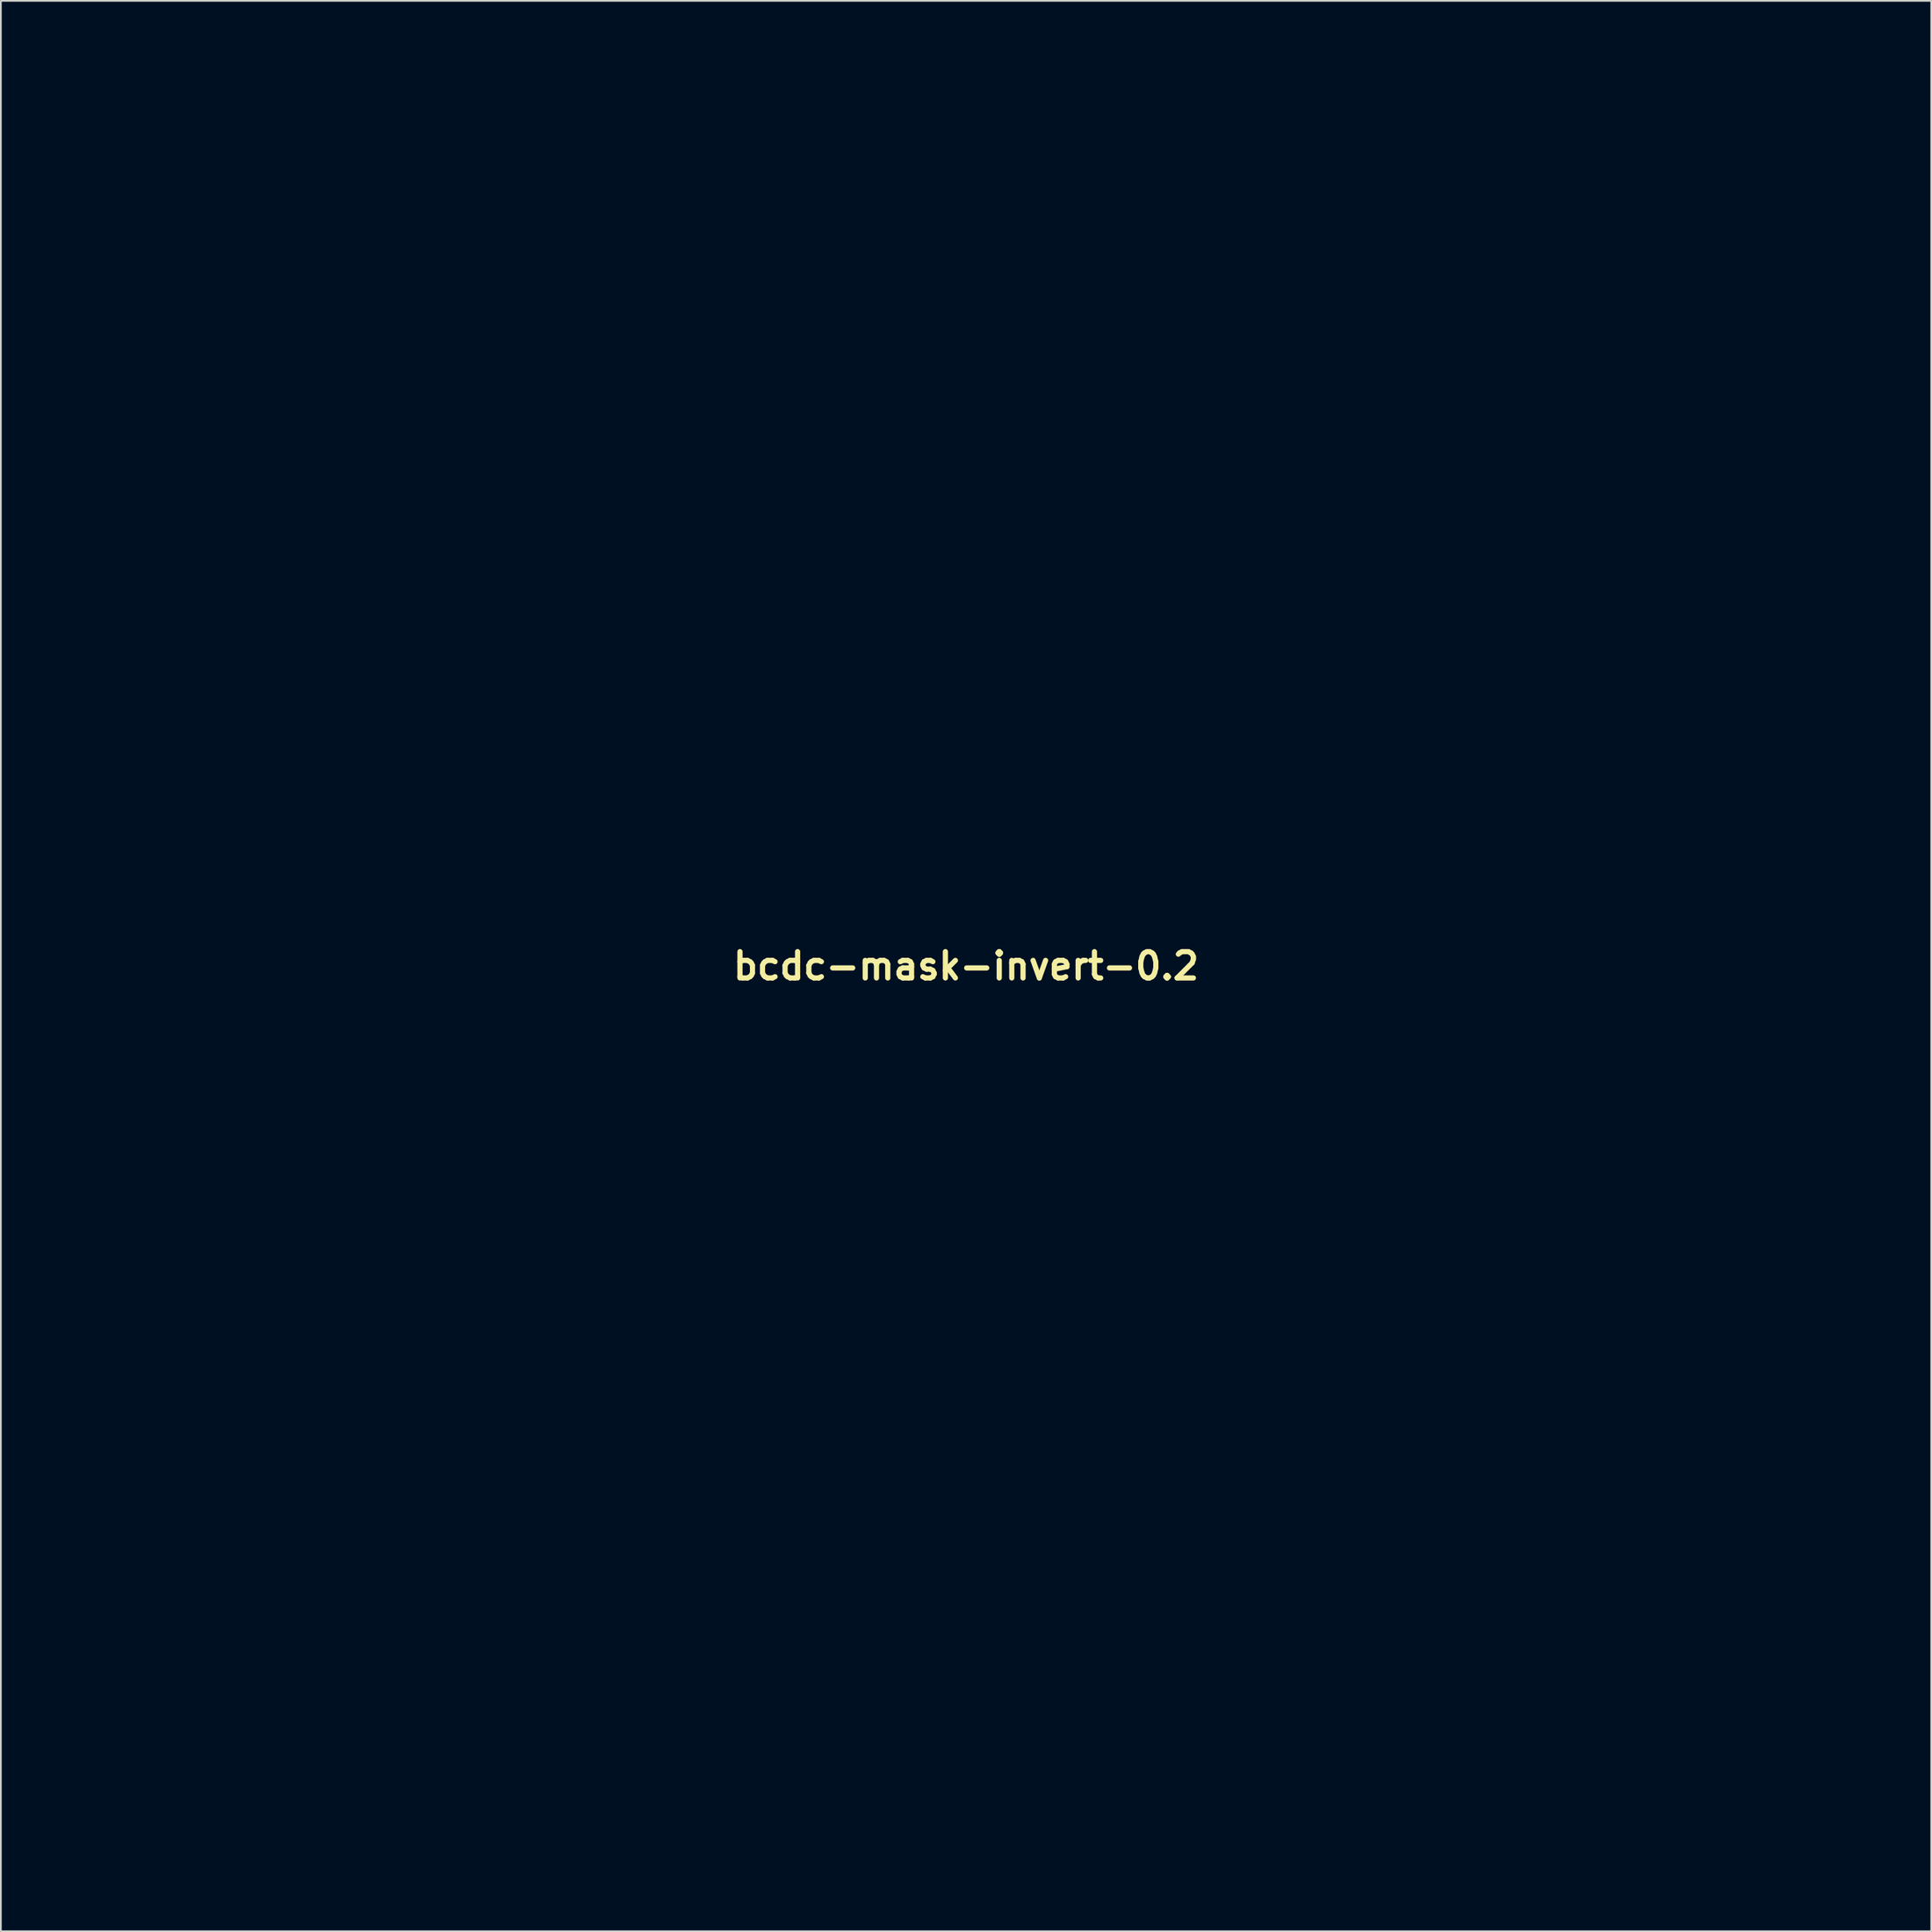
<source format=kicad_pcb>
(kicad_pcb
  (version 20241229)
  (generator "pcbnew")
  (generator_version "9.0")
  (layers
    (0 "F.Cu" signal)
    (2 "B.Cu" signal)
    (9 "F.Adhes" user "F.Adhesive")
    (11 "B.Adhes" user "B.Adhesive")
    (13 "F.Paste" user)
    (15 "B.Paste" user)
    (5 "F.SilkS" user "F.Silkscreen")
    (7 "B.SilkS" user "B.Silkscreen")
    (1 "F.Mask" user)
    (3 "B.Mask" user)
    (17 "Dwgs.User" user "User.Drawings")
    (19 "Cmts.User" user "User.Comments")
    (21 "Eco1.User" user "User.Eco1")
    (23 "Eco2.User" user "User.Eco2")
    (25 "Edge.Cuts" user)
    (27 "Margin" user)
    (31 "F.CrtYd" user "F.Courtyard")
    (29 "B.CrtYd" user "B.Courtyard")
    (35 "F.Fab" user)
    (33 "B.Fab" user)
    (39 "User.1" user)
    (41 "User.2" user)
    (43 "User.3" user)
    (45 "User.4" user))
  (footprint "bcdc-mask-invert-0.2"
    (layer "F.Cu")
    (at 52.922 52.922)
    (property "Reference" "bcdc-mask-invert-0.2" (at 0 0 0) (layer "F.SilkS") (effects (font (size 1.524 1.524) (thickness 0.3))))
    (attr through_hole)
    (fp_poly (pts (xy -1.603 -8.006) (xy -1.499 -7.898) (xy -1.489 -6.93) (xy -1.486 -6.616) (xy -1.486 -6.365) (xy -1.491 -6.168) (xy -1.5 -6.018) (xy -1.516 -5.906) (xy -1.539 -5.824) (xy -1.571 -5.765) (xy -1.613 -5.719) (xy -1.666 -5.68) (xy -1.667 -5.679) (xy -1.717 -5.669) (xy -1.831 -5.66) (xy -2.003 -5.651) (xy -2.226 -5.643) (xy -2.492 -5.636) (xy -2.796 -5.63) (xy -3.132 -5.624) (xy -3.491 -5.62) (xy -3.868 -5.616) (xy -4.257 -5.614) (xy -4.65 -5.612) (xy -5.041 -5.612) (xy -5.424 -5.612) (xy -5.792 -5.614) (xy -6.137 -5.617) (xy -6.455 -5.62) (xy -6.737 -5.625) (xy -6.978 -5.631) (xy -7.171 -5.638) (xy -7.309 -5.647) (xy -7.385 -5.656) (xy -7.395 -5.659) (xy -7.457 -5.688) (xy -7.506 -5.719) (xy -7.545 -5.76) (xy -7.573 -5.819) (xy -7.594 -5.903) (xy -7.607 -6.021) (xy -7.615 -6.18) (xy -7.619 -6.388) (xy -7.62 -6.653) (xy -7.62 -6.89) (xy -7.62 -7.908) (xy -7.517 -8.011) (xy -7.414 -8.114) (xy -1.707 -8.114) (xy -1.603 -8.006)) (stroke (width 0.01) (type solid)) (fill yes) (layer "F.Mask"))
    (fp_poly (pts (xy 4.433 -8.113) (xy 4.951 -8.113) (xy 5.402 -8.112) (xy 5.791 -8.112) (xy 6.125 -8.111) (xy 6.406 -8.109) (xy 6.639 -8.107) (xy 6.83 -8.104) (xy 6.982 -8.1) (xy 7.101 -8.096) (xy 7.191 -8.09) (xy 7.257 -8.083) (xy 7.303 -8.076) (xy 7.334 -8.066) (xy 7.354 -8.056) (xy 7.36 -8.051) (xy 7.404 -8.012) (xy 7.439 -7.97) (xy 7.465 -7.914) (xy 7.485 -7.838) (xy 7.498 -7.733) (xy 7.507 -7.591) (xy 7.512 -7.402) (xy 7.514 -7.159) (xy 7.514 -6.873) (xy 7.514 -6.584) (xy 7.512 -6.358) (xy 7.509 -6.185) (xy 7.504 -6.056) (xy 7.497 -5.962) (xy 7.486 -5.896) (xy 7.471 -5.847) (xy 7.452 -5.808) (xy 7.445 -5.797) (xy 7.342 -5.69) (xy 7.243 -5.647) (xy 7.184 -5.64) (xy 7.062 -5.635) (xy 6.883 -5.629) (xy 6.653 -5.625) (xy 6.38 -5.621) (xy 6.071 -5.618) (xy 5.732 -5.616) (xy 5.369 -5.614) (xy 4.991 -5.613) (xy 4.602 -5.612) (xy 4.211 -5.612) (xy 3.824 -5.613) (xy 3.447 -5.614) (xy 3.088 -5.616) (xy 2.753 -5.619) (xy 2.449 -5.623) (xy 2.183 -5.627) (xy 1.961 -5.631) (xy 1.791 -5.637) (xy 1.679 -5.643) (xy 1.634 -5.648) (xy 1.53 -5.701) (xy 1.449 -5.773) (xy 1.428 -5.803) (xy 1.411 -5.838) (xy 1.398 -5.886) (xy 1.389 -5.956) (xy 1.383 -6.056) (xy 1.379 -6.194) (xy 1.377 -6.378) (xy 1.376 -6.618) (xy 1.376 -6.887) (xy 1.376 -7.908) (xy 1.479 -8.011) (xy 1.582 -8.114) (xy 4.433 -8.113)) (stroke (width 0.01) (type solid)) (fill yes) (layer "F.Mask"))
    (fp_poly (pts (xy 0.214 -0.164) (xy 0.693 -0.119) (xy 1.164 -0.033) (xy 1.619 0.091) (xy 2.049 0.25) (xy 2.444 0.44) (xy 2.795 0.66) (xy 3.095 0.904) (xy 3.284 1.107) (xy 3.505 1.432) (xy 3.664 1.784) (xy 3.757 2.155) (xy 3.785 2.537) (xy 3.745 2.922) (xy 3.706 3.088) (xy 3.594 3.421) (xy 3.455 3.692) (xy 3.286 3.906) (xy 3.081 4.066) (xy 2.836 4.179) (xy 2.653 4.229) (xy 2.395 4.262) (xy 2.177 4.24) (xy 1.993 4.162) (xy 1.836 4.025) (xy 1.781 3.955) (xy 1.685 3.8) (xy 1.615 3.626) (xy 1.568 3.42) (xy 1.539 3.165) (xy 1.532 3.069) (xy 1.513 2.821) (xy 1.485 2.634) (xy 1.44 2.501) (xy 1.373 2.413) (xy 1.276 2.36) (xy 1.144 2.335) (xy 0.97 2.328) (xy 0.778 2.337) (xy 0.611 2.361) (xy 0.525 2.384) (xy 0.338 2.43) (xy 0.111 2.456) (xy -0.129 2.46) (xy -0.355 2.443) (xy -0.494 2.415) (xy -0.642 2.384) (xy -0.825 2.358) (xy -1.008 2.341) (xy -1.042 2.339) (xy -1.198 2.333) (xy -1.302 2.336) (xy -1.372 2.35) (xy -1.427 2.378) (xy -1.459 2.401) (xy -1.523 2.46) (xy -1.57 2.53) (xy -1.604 2.623) (xy -1.629 2.752) (xy -1.648 2.929) (xy -1.66 3.087) (xy -1.683 3.35) (xy -1.718 3.557) (xy -1.769 3.724) (xy -1.839 3.863) (xy -1.931 3.987) (xy -2.091 4.136) (xy -2.269 4.226) (xy -2.476 4.261) (xy -2.721 4.242) (xy -2.777 4.231) (xy -3.057 4.145) (xy -3.296 4.004) (xy -3.497 3.806) (xy -3.66 3.549) (xy -3.788 3.233) (xy -3.844 3.032) (xy -3.906 2.635) (xy -3.899 2.252) (xy -3.822 1.879) (xy -3.684 1.531) (xy -3.49 1.217) (xy -3.235 0.928) (xy -2.923 0.667) (xy -2.56 0.437) (xy -2.151 0.239) (xy -1.701 0.078) (xy -1.215 -0.046) (xy -0.698 -0.129) (xy -0.265 -0.165) (xy 0.214 -0.164)) (stroke (width 0.01) (type solid)) (fill yes) (layer "F.Mask"))
    (fp_poly (pts (xy 52.917 52.917) (xy -52.917 52.917) (xy -52.917 -0.979) (xy -8.654 -0.979) (xy -8.65 -0.754) (xy -8.636 -0.485) (xy -8.611 -0.184) (xy -8.579 0.136) (xy -8.539 0.464) (xy -8.494 0.787) (xy -8.444 1.093) (xy -8.391 1.368) (xy -8.374 1.444) (xy -8.247 1.927) (xy -8.086 2.38) (xy -7.884 2.82) (xy -7.633 3.267) (xy -7.478 3.51) (xy -7.334 3.722) (xy -7.155 3.97) (xy -6.956 4.239) (xy -6.747 4.513) (xy -6.541 4.774) (xy -6.351 5.007) (xy -6.33 5.033) (xy -6.097 5.349) (xy -5.929 5.674) (xy -5.821 6.019) (xy -5.768 6.371) (xy -5.765 6.497) (xy -5.773 6.688) (xy -5.79 6.938) (xy -5.815 7.24) (xy -5.849 7.59) (xy -5.89 7.982) (xy -5.937 8.41) (xy -5.991 8.869) (xy -6.049 9.353) (xy -6.113 9.857) (xy -6.18 10.374) (xy -6.25 10.9) (xy -6.323 11.429) (xy -6.397 11.956) (xy -6.473 12.473) (xy -6.549 12.977) (xy -6.625 13.462) (xy -6.7 13.922) (xy -6.708 13.97) (xy -6.778 14.423) (xy -6.827 14.816) (xy -6.853 15.157) (xy -6.858 15.452) (xy -6.839 15.71) (xy -6.799 15.937) (xy -6.735 16.142) (xy -6.648 16.331) (xy -6.643 16.34) (xy -6.494 16.55) (xy -6.293 16.737) (xy -6.07 16.879) (xy -5.902 16.949) (xy -5.673 17.023) (xy -5.391 17.098) (xy -5.064 17.173) (xy -4.701 17.246) (xy -4.311 17.316) (xy -3.902 17.381) (xy -3.483 17.439) (xy -3.063 17.488) (xy -2.963 17.498) (xy -2.57 17.532) (xy -2.12 17.56) (xy -1.628 17.583) (xy -1.106 17.601) (xy -0.569 17.612) (xy -0.03 17.618) (xy 0.496 17.617) (xy 0.997 17.61) (xy 1.458 17.596) (xy 1.865 17.575) (xy 1.94 17.57) (xy 2.492 17.528) (xy 2.99 17.48) (xy 3.452 17.426) (xy 3.894 17.363) (xy 4.334 17.289) (xy 4.789 17.202) (xy 4.815 17.197) (xy 5.126 17.131) (xy 5.378 17.074) (xy 5.581 17.02) (xy 5.745 16.967) (xy 5.881 16.912) (xy 5.999 16.851) (xy 6.096 16.791) (xy 6.289 16.642) (xy 6.435 16.476) (xy 6.556 16.269) (xy 6.579 16.218) (xy 6.647 16.042) (xy 6.695 15.846) (xy 6.723 15.625) (xy 6.732 15.371) (xy 6.721 15.077) (xy 6.691 14.737) (xy 6.641 14.343) (xy 6.571 13.889) (xy 6.567 13.864) (xy 6.455 13.161) (xy 6.34 12.404) (xy 6.225 11.608) (xy 6.112 10.79) (xy 6.004 9.964) (xy 5.901 9.148) (xy 5.807 8.357) (xy 5.748 7.832) (xy 5.703 7.406) (xy 5.67 7.041) (xy 5.65 6.727) (xy 5.648 6.454) (xy 5.664 6.213) (xy 5.702 5.995) (xy 5.765 5.789) (xy 5.854 5.587) (xy 5.973 5.378) (xy 6.123 5.154) (xy 6.307 4.904) (xy 6.529 4.62) (xy 6.63 4.492) (xy 6.973 4.048) (xy 7.266 3.64) (xy 7.514 3.259) (xy 7.722 2.896) (xy 7.895 2.541) (xy 8.038 2.186) (xy 8.154 1.821) (xy 8.25 1.437) (xy 8.27 1.341) (xy 8.321 1.073) (xy 8.369 0.78) (xy 8.412 0.472) (xy 8.451 0.16) (xy 8.484 -0.147) (xy 8.51 -0.438) (xy 8.528 -0.703) (xy 8.538 -0.931) (xy 8.537 -1.113) (xy 8.525 -1.238) (xy 8.521 -1.256) (xy 8.506 -1.309) (xy 8.489 -1.323) (xy 8.462 -1.288) (xy 8.415 -1.2) (xy 8.397 -1.164) (xy 8.353 -1.067) (xy 8.292 -0.918) (xy 8.219 -0.733) (xy 8.142 -0.527) (xy 8.079 -0.353) (xy 7.928 0.065) (xy 7.792 0.428) (xy 7.665 0.75) (xy 7.541 1.045) (xy 7.416 1.326) (xy 7.284 1.607) (xy 7.232 1.714) (xy 7.043 2.078) (xy 6.869 2.377) (xy 6.706 2.613) (xy 6.552 2.789) (xy 6.406 2.907) (xy 6.322 2.952) (xy 6.235 2.98) (xy 6.163 2.975) (xy 6.08 2.941) (xy 5.964 2.867) (xy 5.861 2.758) (xy 5.769 2.608) (xy 5.684 2.41) (xy 5.602 2.156) (xy 5.521 1.839) (xy 5.507 1.782) (xy 5.411 1.466) (xy 5.269 1.135) (xy 5.093 0.816) (xy 4.934 0.582) (xy 4.851 0.48) (xy 4.73 0.34) (xy 4.58 0.175) (xy 4.413 -0.003) (xy 4.241 -0.182) (xy 4.217 -0.207) (xy 3.748 -0.665) (xy 3.297 -1.061) (xy 2.859 -1.398) (xy 2.43 -1.68) (xy 2.02 -1.904) (xy 1.692 -2.053) (xy 1.384 -2.167) (xy 1.077 -2.25) (xy 0.751 -2.306) (xy 0.67 -2.314) (xy 8.715 -2.314) (xy 8.722 -2.059) (xy 8.749 -1.785) (xy 8.766 -1.67) (xy 8.835 -1.33) (xy 8.921 -1.029) (xy 9.023 -0.771) (xy 9.137 -0.561) (xy 9.261 -0.402) (xy 9.391 -0.298) (xy 9.524 -0.253) (xy 9.658 -0.271) (xy 9.769 -0.338) (xy 9.855 -0.433) (xy 9.917 -0.557) (xy 9.957 -0.719) (xy 9.976 -0.929) (xy 9.977 -1.195) (xy 9.973 -1.304) (xy 9.937 -1.739) (xy 9.868 -2.12) (xy 9.764 -2.455) (xy 9.724 -2.549) (xy 9.646 -2.69) (xy 9.565 -2.764) (xy 9.476 -2.774) (xy 9.42 -2.752) (xy 9.362 -2.683) (xy 9.353 -2.563) (xy 9.395 -2.395) (xy 9.418 -2.33) (xy 9.48 -2.14) (xy 9.537 -1.905) (xy 9.585 -1.651) (xy 9.617 -1.405) (xy 9.631 -1.193) (xy 9.631 -1.176) (xy 9.624 -1.003) (xy 9.608 -0.852) (xy 9.584 -0.736) (xy 9.554 -0.666) (xy 9.522 -0.654) (xy 9.475 -0.71) (xy 9.415 -0.817) (xy 9.349 -0.963) (xy 9.283 -1.13) (xy 9.224 -1.304) (xy 9.188 -1.434) (xy 9.124 -1.738) (xy 9.085 -2.036) (xy 9.074 -2.309) (xy 9.092 -2.54) (xy 9.1 -2.587) (xy 9.12 -2.713) (xy 9.127 -2.822) (xy 9.123 -2.874) (xy 9.073 -2.949) (xy 8.987 -2.979) (xy 8.889 -2.958) (xy 8.868 -2.946) (xy 8.804 -2.866) (xy 8.756 -2.727) (xy 8.726 -2.54) (xy 8.715 -2.314) (xy 0.67 -2.314) (xy 0.388 -2.34) (xy 0.106 -2.353) (xy -0.347 -2.354) (xy -0.751 -2.327) (xy -1.122 -2.269) (xy -1.477 -2.175) (xy -1.832 -2.044) (xy -2.099 -1.923) (xy -2.49 -1.716) (xy -2.873 -1.476) (xy -3.255 -1.197) (xy -3.645 -0.872) (xy -4.053 -0.495) (xy -4.316 -0.233) (xy -4.491 -0.053) (xy -4.661 0.125) (xy -4.814 0.292) (xy -4.941 0.434) (xy -5.032 0.541) (xy -5.05 0.564) (xy -5.27 0.899) (xy -5.458 1.277) (xy -5.604 1.675) (xy -5.665 1.906) (xy -5.747 2.229) (xy -5.838 2.486) (xy -5.94 2.685) (xy -6.057 2.831) (xy -6.191 2.929) (xy -6.237 2.951) (xy -6.324 2.98) (xy -6.397 2.975) (xy -6.476 2.942) (xy -6.62 2.843) (xy -6.777 2.68) (xy -6.943 2.456) (xy -7.114 2.176) (xy -7.289 1.845) (xy -7.443 1.515) (xy -7.515 1.347) (xy -7.606 1.128) (xy -7.71 0.874) (xy -7.821 0.598) (xy -7.932 0.316) (xy -8.023 0.082) (xy -8.123 -0.176) (xy -8.222 -0.425) (xy -8.313 -0.655) (xy -8.394 -0.852) (xy -8.459 -1.008) (xy -8.504 -1.108) (xy -8.505 -1.111) (xy -8.622 -1.358) (xy -8.646 -1.147) (xy -8.654 -0.979) (xy -52.917 -0.979) (xy -52.917 -7.867) (xy -8.961 -7.867) (xy -8.961 -7.267) (xy -8.22 -7.267) (xy -8.22 -6.508) (xy -8.219 -6.232) (xy -8.215 -6.016) (xy -8.205 -5.849) (xy -8.189 -5.72) (xy -8.164 -5.618) (xy -8.129 -5.532) (xy -8.081 -5.452) (xy -8.023 -5.374) (xy -7.892 -5.246) (xy -7.718 -5.136) (xy -7.529 -5.06) (xy -7.474 -5.047) (xy -7.415 -5.042) (xy -7.291 -5.038) (xy -7.108 -5.034) (xy -6.872 -5.03) (xy -6.587 -5.027) (xy -6.26 -5.025) (xy -5.897 -5.023) (xy -5.502 -5.022) (xy -5.083 -5.021) (xy -4.643 -5.021) (xy -4.48 -5.022) (xy -1.64 -5.027) (xy -1.456 -5.111) (xy -1.323 -5.187) (xy -1.194 -5.285) (xy -1.143 -5.335) (xy -1.07 -5.42) (xy -1.013 -5.498) (xy -0.971 -5.582) (xy -0.939 -5.681) (xy -0.918 -5.806) (xy -0.903 -5.968) (xy -0.893 -6.176) (xy -0.885 -6.443) (xy -0.883 -6.506) (xy -0.864 -7.28) (xy -0.67 -7.353) (xy -0.51 -7.394) (xy -0.305 -7.419) (xy -0.076 -7.43) (xy 0.155 -7.424) (xy 0.367 -7.404) (xy 0.539 -7.368) (xy 0.582 -7.353) (xy 0.758 -7.283) (xy 0.776 -6.49) (xy 0.783 -6.226) (xy 0.79 -6.023) (xy 0.798 -5.87) (xy 0.808 -5.757) (xy 0.822 -5.674) (xy 0.84 -5.611) (xy 0.862 -5.56) (xy 0.991 -5.368) (xy 1.168 -5.204) (xy 1.337 -5.102) (xy 1.367 -5.089) (xy 1.398 -5.077) (xy 1.435 -5.067) (xy 1.483 -5.058) (xy 1.546 -5.051) (xy 1.629 -5.045) (xy 1.737 -5.04) (xy 1.874 -5.036) (xy 2.045 -5.033) (xy 2.256 -5.031) (xy 2.51 -5.029) (xy 2.812 -5.028) (xy 3.167 -5.028) (xy 3.581 -5.027) (xy 4.056 -5.027) (xy 4.445 -5.027) (xy 4.98 -5.027) (xy 5.45 -5.027) (xy 5.859 -5.027) (xy 6.211 -5.028) (xy 6.511 -5.03) (xy 6.764 -5.033) (xy 6.975 -5.038) (xy 7.148 -5.046) (xy 7.288 -5.056) (xy 7.399 -5.068) (xy 7.487 -5.084) (xy 7.556 -5.103) (xy 7.611 -5.127) (xy 7.657 -5.154) (xy 7.697 -5.186) (xy 7.738 -5.223) (xy 7.783 -5.266) (xy 7.8 -5.281) (xy 7.889 -5.365) (xy 7.958 -5.443) (xy 8.01 -5.525) (xy 8.048 -5.622) (xy 8.073 -5.744) (xy 8.09 -5.901) (xy 8.1 -6.105) (xy 8.106 -6.364) (xy 8.107 -6.482) (xy 8.119 -7.267) (xy 8.819 -7.267) (xy 8.819 -7.867) (xy 8.127 -7.867) (xy 8.064 -8.065) (xy 7.965 -8.276) (xy 7.814 -8.463) (xy 7.628 -8.607) (xy 7.566 -8.64) (xy 7.537 -8.653) (xy 7.506 -8.664) (xy 7.469 -8.674) (xy 7.421 -8.683) (xy 7.357 -8.69) (xy 7.273 -8.696) (xy 7.163 -8.701) (xy 7.024 -8.705) (xy 6.85 -8.708) (xy 6.637 -8.71) (xy 6.38 -8.711) (xy 6.075 -8.713) (xy 5.716 -8.713) (xy 5.299 -8.713) (xy 4.82 -8.714) (xy 4.448 -8.714) (xy 3.832 -8.713) (xy 3.286 -8.712) (xy 2.81 -8.71) (xy 2.403 -8.707) (xy 2.065 -8.703) (xy 1.795 -8.698) (xy 1.594 -8.692) (xy 1.459 -8.685) (xy 1.392 -8.678) (xy 1.387 -8.676) (xy 1.169 -8.558) (xy 0.988 -8.386) (xy 0.854 -8.17) (xy 0.813 -8.067) (xy 0.78 -7.981) (xy 0.744 -7.949) (xy 0.687 -7.954) (xy 0.675 -7.957) (xy 0.402 -8.011) (xy 0.097 -8.039) (xy -0.213 -8.039) (xy -0.502 -8.013) (xy -0.679 -7.977) (xy -0.804 -7.946) (xy -0.875 -7.933) (xy -0.908 -7.94) (xy -0.917 -7.964) (xy -0.917 -7.975) (xy -0.947 -8.117) (xy -1.029 -8.271) (xy -1.148 -8.421) (xy -1.293 -8.55) (xy -1.446 -8.639) (xy -1.477 -8.653) (xy -1.51 -8.664) (xy -1.548 -8.674) (xy -1.595 -8.683) (xy -1.658 -8.69) (xy -1.739 -8.696) (xy -1.845 -8.701) (xy -1.98 -8.704) (xy -2.148 -8.707) (xy -2.354 -8.709) (xy -2.603 -8.709) (xy -2.899 -8.71) (xy -3.248 -8.709) (xy -3.653 -8.708) (xy -4.12 -8.707) (xy -4.614 -8.705) (xy -7.608 -8.696) (xy -7.782 -8.589) (xy -7.935 -8.467) (xy -8.068 -8.31) (xy -8.165 -8.14) (xy -8.207 -8.004) (xy -8.229 -7.867) (xy -8.961 -7.867) (xy -52.917 -7.867) (xy -52.917 -12.8) (xy -8.074 -12.8) (xy -8.048 -12.771) (xy -8.047 -12.771) (xy -8.015 -12.797) (xy -7.949 -12.869) (xy -7.856 -12.978) (xy -7.747 -13.112) (xy -7.703 -13.167) (xy -7.437 -13.496) (xy -7.15 -13.832) (xy -6.851 -14.165) (xy -6.548 -14.488) (xy -6.249 -14.793) (xy -5.963 -15.07) (xy -5.697 -15.312) (xy -5.46 -15.51) (xy -5.336 -15.603) (xy -4.878 -15.89) (xy -4.397 -16.11) (xy -3.897 -16.262) (xy -3.447 -16.34) (xy -3.131 -16.358) (xy -2.765 -16.348) (xy -2.36 -16.311) (xy -1.931 -16.251) (xy -1.491 -16.167) (xy -1.053 -16.063) (xy -0.686 -15.958) (xy -0.456 -15.889) (xy -0.275 -15.842) (xy -0.125 -15.819) (xy 0.011 -15.818) (xy 0.15 -15.838) (xy 0.309 -15.88) (xy 0.463 -15.928) (xy 0.774 -16.02) (xy 1.132 -16.108) (xy 1.515 -16.19) (xy 1.898 -16.26) (xy 2.259 -16.313) (xy 2.498 -16.34) (xy 3.035 -16.357) (xy 3.547 -16.31) (xy 4.036 -16.198) (xy 4.506 -16.019) (xy 4.96 -15.773) (xy 5.401 -15.458) (xy 5.54 -15.343) (xy 5.963 -14.963) (xy 6.381 -14.548) (xy 6.804 -14.092) (xy 7.239 -13.583) (xy 7.518 -13.239) (xy 7.687 -13.032) (xy 7.818 -12.884) (xy 7.909 -12.795) (xy 7.962 -12.764) (xy 7.977 -12.793) (xy 7.953 -12.882) (xy 7.891 -13.029) (xy 7.791 -13.236) (xy 7.727 -13.36) (xy 7.344 -14.037) (xy 6.932 -14.649) (xy 6.489 -15.199) (xy 6.017 -15.684) (xy 5.514 -16.105) (xy 4.983 -16.462) (xy 4.421 -16.756) (xy 4.286 -16.815) (xy 3.715 -17.027) (xy 3.086 -17.205) (xy 2.401 -17.35) (xy 1.729 -17.451) (xy 1.528 -17.47) (xy 1.27 -17.486) (xy 0.968 -17.499) (xy 0.632 -17.509) (xy 0.276 -17.515) (xy -0.088 -17.518) (xy -0.449 -17.517) (xy -0.795 -17.513) (xy -1.113 -17.505) (xy -1.391 -17.494) (xy -1.617 -17.479) (xy -1.711 -17.469) (xy -2.308 -17.387) (xy -2.848 -17.291) (xy -3.341 -17.176) (xy -3.8 -17.04) (xy -4.235 -16.88) (xy -4.66 -16.692) (xy -4.745 -16.651) (xy -5.293 -16.341) (xy -5.811 -15.968) (xy -6.299 -15.532) (xy -6.754 -15.034) (xy -6.981 -14.747) (xy -7.145 -14.522) (xy -7.307 -14.285) (xy -7.462 -14.043) (xy -7.609 -13.803) (xy -7.741 -13.572) (xy -7.857 -13.357) (xy -7.952 -13.166) (xy -8.023 -13.004) (xy -8.064 -12.88) (xy -8.074 -12.8) (xy -52.917 -12.8) (xy -52.917 -52.917) (xy 52.917 -52.917) (xy 52.917 52.917)) (stroke (width 0.01) (type solid)) (fill yes) (layer "F.Mask")))
  (gr_rect
    (start -3 -3)
    (end 108.843 108.843)
    (stroke (width 0.1) (type default))
    (fill no)
    (layer "Edge.Cuts")))
</source>
